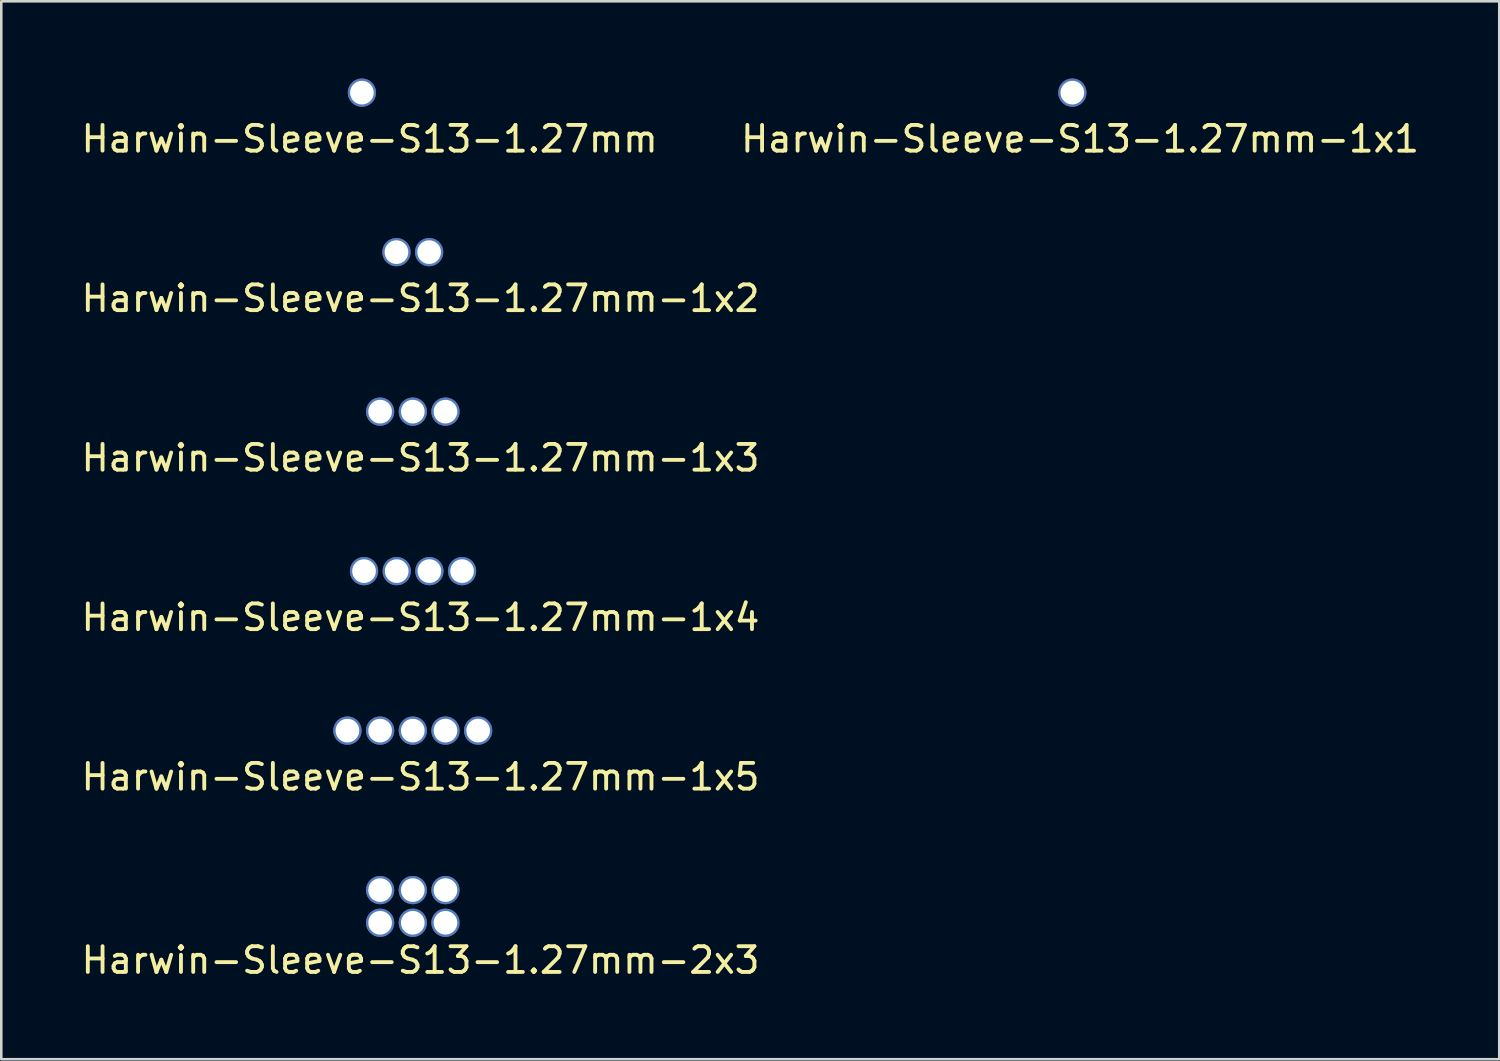
<source format=kicad_pcb>
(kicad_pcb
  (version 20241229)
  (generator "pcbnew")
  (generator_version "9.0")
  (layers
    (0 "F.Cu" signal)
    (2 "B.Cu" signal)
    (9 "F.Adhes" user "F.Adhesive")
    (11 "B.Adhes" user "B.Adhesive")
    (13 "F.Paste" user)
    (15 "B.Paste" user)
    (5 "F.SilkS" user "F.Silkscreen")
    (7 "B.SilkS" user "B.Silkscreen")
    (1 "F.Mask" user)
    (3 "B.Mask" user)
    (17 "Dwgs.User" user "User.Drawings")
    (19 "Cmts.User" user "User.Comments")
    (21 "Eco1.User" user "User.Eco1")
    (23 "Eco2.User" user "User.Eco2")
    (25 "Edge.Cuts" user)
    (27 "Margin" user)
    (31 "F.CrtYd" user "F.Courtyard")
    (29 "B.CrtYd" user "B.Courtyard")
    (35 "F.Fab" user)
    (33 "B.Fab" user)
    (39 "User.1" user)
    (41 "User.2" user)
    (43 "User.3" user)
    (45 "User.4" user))
  (footprint "Harwin-Sleeve-S13-1.27mm-1x1"
    (layer "F.Cu")
    (at 38.623 0.55)
    (property "Reference" "Harwin-Sleeve-S13-1.27mm-1x1" (at 0.3 1.8 0) (layer "F.SilkS") (effects (font (size 1 1) (thickness 0.15))))
    (attr through_hole)
    (pad "1" thru_hole circle (at 0 0) (size 1.1 1.1) (drill 0.92) (layers "*.Cu" "*.Mask")))
  (footprint "Harwin-Sleeve-S13-1.27mm"
    (layer "F.Cu")
    (at 11.015 0.55)
    (property "Reference" "Harwin-Sleeve-S13-1.27mm" (at 0.3 1.8 0) (layer "F.SilkS") (effects (font (size 1 1) (thickness 0.15))))
    (attr through_hole)
    (pad "1" thru_hole circle (at 0 0) (size 1.1 1.1) (drill 0.92) (layers "*.Cu" "*.Mask")))
  (footprint "Harwin-Sleeve-S13-1.27mm-1x3"
    (layer "F.Cu")
    (at 12.992 12.947)
    (property "Reference" "Harwin-Sleeve-S13-1.27mm-1x3" (at 0.3 1.8 0) (layer "F.SilkS") (effects (font (size 1 1) (thickness 0.15))))
    (attr through_hole)
    (pad "1" thru_hole circle (at -1.27 0) (size 1.1 1.1) (drill 0.92) (layers "*.Cu" "*.Mask"))
    (pad "2" thru_hole circle (at 0 0) (size 1.1 1.1) (drill 0.92) (layers "*.Cu" "*.Mask"))
    (pad "3" thru_hole circle (at 1.27 0) (size 1.1 1.1) (drill 0.92) (layers "*.Cu" "*.Mask")))
  (footprint "Harwin-Sleeve-S13-1.27mm-2x3"
    (layer "F.Cu")
    (at 12.992 32.166)
    (property "Reference" "Harwin-Sleeve-S13-1.27mm-2x3" (at 0.3 2.1 0) (layer "F.SilkS") (effects (font (size 1 1) (thickness 0.15))))
    (attr through_hole)
    (pad "1" thru_hole circle (at -1.27 -0.625) (size 1.1 1.1) (drill 0.92) (layers "*.Cu" "*.Mask"))
    (pad "2" thru_hole circle (at -1.27 0.645) (size 1.1 1.1) (drill 0.92) (layers "*.Cu" "*.Mask"))
    (pad "3" thru_hole circle (at 0 -0.625) (size 1.1 1.1) (drill 0.92) (layers "*.Cu" "*.Mask"))
    (pad "4" thru_hole circle (at 0 0.645) (size 1.1 1.1) (drill 0.92) (layers "*.Cu" "*.Mask"))
    (pad "5" thru_hole circle (at 1.27 -0.625) (size 1.1 1.1) (drill 0.92) (layers "*.Cu" "*.Mask"))
    (pad "6" thru_hole circle (at 1.27 0.645) (size 1.1 1.1) (drill 0.92) (layers "*.Cu" "*.Mask")))
  (footprint "Harwin-Sleeve-S13-1.27mm-1x2"
    (layer "F.Cu")
    (at 12.992 6.748)
    (property "Reference" "Harwin-Sleeve-S13-1.27mm-1x2" (at 0.3 1.8 0) (layer "F.SilkS") (effects (font (size 1 1) (thickness 0.15))))
    (attr through_hole)
    (pad "1" thru_hole circle (at -0.635 0) (size 1.1 1.1) (drill 0.92) (layers "*.Cu" "*.Mask"))
    (pad "2" thru_hole circle (at 0.635 0) (size 1.1 1.1) (drill 0.92) (layers "*.Cu" "*.Mask")))
  (footprint "Harwin-Sleeve-S13-1.27mm-1x4"
    (layer "F.Cu")
    (at 12.992 19.145)
    (property "Reference" "Harwin-Sleeve-S13-1.27mm-1x4" (at 0.3 1.8 0) (layer "F.SilkS") (effects (font (size 1 1) (thickness 0.15))))
    (attr through_hole)
    (pad "1" thru_hole circle (at -1.895 0) (size 1.1 1.1) (drill 0.92) (layers "*.Cu" "*.Mask"))
    (pad "2" thru_hole circle (at -0.625 0) (size 1.1 1.1) (drill 0.92) (layers "*.Cu" "*.Mask"))
    (pad "3" thru_hole circle (at 0.645 0) (size 1.1 1.1) (drill 0.92) (layers "*.Cu" "*.Mask"))
    (pad "4" thru_hole circle (at 1.915 0) (size 1.1 1.1) (drill 0.92) (layers "*.Cu" "*.Mask")))
  (footprint "Harwin-Sleeve-S13-1.27mm-1x5"
    (layer "F.Cu")
    (at 12.992 25.343)
    (property "Reference" "Harwin-Sleeve-S13-1.27mm-1x5" (at 0.3 1.8 0) (layer "F.SilkS") (effects (font (size 1 1) (thickness 0.15))))
    (attr through_hole)
    (pad "1" thru_hole circle (at -2.54 0) (size 1.1 1.1) (drill 0.92) (layers "*.Cu" "*.Mask"))
    (pad "2" thru_hole circle (at -1.27 0) (size 1.1 1.1) (drill 0.92) (layers "*.Cu" "*.Mask"))
    (pad "3" thru_hole circle (at 0 0) (size 1.1 1.1) (drill 0.92) (layers "*.Cu" "*.Mask"))
    (pad "4" thru_hole circle (at 1.27 0) (size 1.1 1.1) (drill 0.92) (layers "*.Cu" "*.Mask"))
    (pad "5" thru_hole circle (at 2.54 0) (size 1.1 1.1) (drill 0.92) (layers "*.Cu" "*.Mask")))
  (gr_rect
    (start -3 -3)
    (end 55.214 38.114)
    (stroke (width 0.1) (type default))
    (fill no)
    (layer "Edge.Cuts")))
</source>
